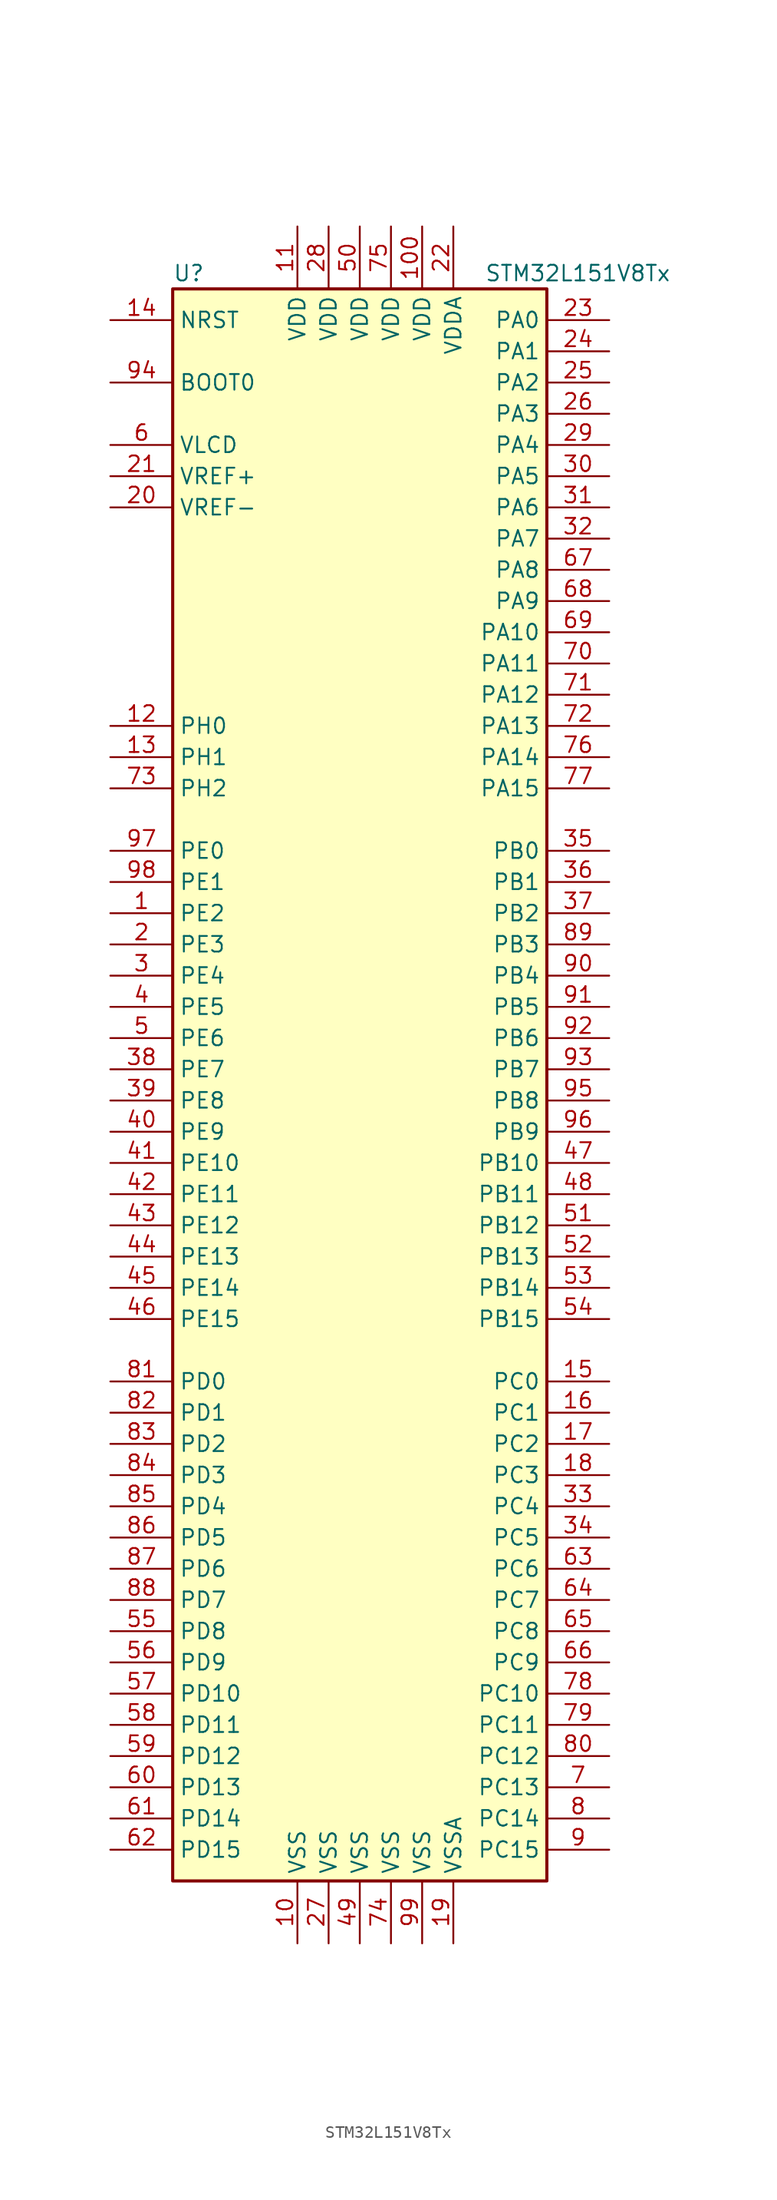
<source format=kicad_sym>
(kicad_symbol_lib
  (version 20211014)
  (generator kicad_symbol_editor)
  (symbol "STM32L151V8Tx"
    (property "Reference" "U"
      (at -15.24 64.77 0)
      (effects (font (size 1.27 1.27)) (justify left)))
    (property "Value" "STM32L151V8Tx"
      (at 10.16 64.77 0)
      (effects (font (size 1.27 1.27)) (justify left)))
    (symbol "STM32L151V8Tx_0_1"
      (rectangle (start -15.24 -66.04) (end 15.24 63.5) (stroke (width 0.254) (type default) (color 0 0 0 0)) (fill (type background))))
    (symbol "STM32L151V8Tx_1_1"
      (pin bidirectional line (at -20.32 12.7 0) (length 5.08) (name "PE2" (effects (font (size 1.27 1.27)))) (number "1" (effects (font (size 1.27 1.27)))))
      (pin power_in line (at -5.08 -71.12 90) (length 5.08) (name "VSS" (effects (font (size 1.27 1.27)))) (number "10" (effects (font (size 1.27 1.27)))))
      (pin power_in line (at 5.08 68.58 270) (length 5.08) (name "VDD" (effects (font (size 1.27 1.27)))) (number "100" (effects (font (size 1.27 1.27)))))
      (pin power_in line (at -5.08 68.58 270) (length 5.08) (name "VDD" (effects (font (size 1.27 1.27)))) (number "11" (effects (font (size 1.27 1.27)))))
      (pin input line (at -20.32 27.94 0) (length 5.08) (name "PH0" (effects (font (size 1.27 1.27)))) (number "12" (effects (font (size 1.27 1.27)))))
      (pin input line (at -20.32 25.4 0) (length 5.08) (name "PH1" (effects (font (size 1.27 1.27)))) (number "13" (effects (font (size 1.27 1.27)))))
      (pin input line (at -20.32 60.96 0) (length 5.08) (name "NRST" (effects (font (size 1.27 1.27)))) (number "14" (effects (font (size 1.27 1.27)))))
      (pin bidirectional line (at 20.32 -25.4 180) (length 5.08) (name "PC0" (effects (font (size 1.27 1.27)))) (number "15" (effects (font (size 1.27 1.27)))))
      (pin bidirectional line (at 20.32 -27.94 180) (length 5.08) (name "PC1" (effects (font (size 1.27 1.27)))) (number "16" (effects (font (size 1.27 1.27)))))
      (pin bidirectional line (at 20.32 -30.48 180) (length 5.08) (name "PC2" (effects (font (size 1.27 1.27)))) (number "17" (effects (font (size 1.27 1.27)))))
      (pin bidirectional line (at 20.32 -33.02 180) (length 5.08) (name "PC3" (effects (font (size 1.27 1.27)))) (number "18" (effects (font (size 1.27 1.27)))))
      (pin power_in line (at 7.62 -71.12 90) (length 5.08) (name "VSSA" (effects (font (size 1.27 1.27)))) (number "19" (effects (font (size 1.27 1.27)))))
      (pin bidirectional line (at -20.32 10.16 0) (length 5.08) (name "PE3" (effects (font (size 1.27 1.27)))) (number "2" (effects (font (size 1.27 1.27)))))
      (pin power_in line (at -20.32 45.72 0) (length 5.08) (name "VREF-" (effects (font (size 1.27 1.27)))) (number "20" (effects (font (size 1.27 1.27)))))
      (pin power_in line (at -20.32 48.26 0) (length 5.08) (name "VREF+" (effects (font (size 1.27 1.27)))) (number "21" (effects (font (size 1.27 1.27)))))
      (pin power_in line (at 7.62 68.58 270) (length 5.08) (name "VDDA" (effects (font (size 1.27 1.27)))) (number "22" (effects (font (size 1.27 1.27)))))
      (pin bidirectional line (at 20.32 60.96 180) (length 5.08) (name "PA0" (effects (font (size 1.27 1.27)))) (number "23" (effects (font (size 1.27 1.27)))))
      (pin bidirectional line (at 20.32 58.42 180) (length 5.08) (name "PA1" (effects (font (size 1.27 1.27)))) (number "24" (effects (font (size 1.27 1.27)))))
      (pin bidirectional line (at 20.32 55.88 180) (length 5.08) (name "PA2" (effects (font (size 1.27 1.27)))) (number "25" (effects (font (size 1.27 1.27)))))
      (pin bidirectional line (at 20.32 53.34 180) (length 5.08) (name "PA3" (effects (font (size 1.27 1.27)))) (number "26" (effects (font (size 1.27 1.27)))))
      (pin power_in line (at -2.54 -71.12 90) (length 5.08) (name "VSS" (effects (font (size 1.27 1.27)))) (number "27" (effects (font (size 1.27 1.27)))))
      (pin power_in line (at -2.54 68.58 270) (length 5.08) (name "VDD" (effects (font (size 1.27 1.27)))) (number "28" (effects (font (size 1.27 1.27)))))
      (pin bidirectional line (at 20.32 50.8 180) (length 5.08) (name "PA4" (effects (font (size 1.27 1.27)))) (number "29" (effects (font (size 1.27 1.27)))))
      (pin bidirectional line (at -20.32 7.62 0) (length 5.08) (name "PE4" (effects (font (size 1.27 1.27)))) (number "3" (effects (font (size 1.27 1.27)))))
      (pin bidirectional line (at 20.32 48.26 180) (length 5.08) (name "PA5" (effects (font (size 1.27 1.27)))) (number "30" (effects (font (size 1.27 1.27)))))
      (pin bidirectional line (at 20.32 45.72 180) (length 5.08) (name "PA6" (effects (font (size 1.27 1.27)))) (number "31" (effects (font (size 1.27 1.27)))))
      (pin bidirectional line (at 20.32 43.18 180) (length 5.08) (name "PA7" (effects (font (size 1.27 1.27)))) (number "32" (effects (font (size 1.27 1.27)))))
      (pin bidirectional line (at 20.32 -35.56 180) (length 5.08) (name "PC4" (effects (font (size 1.27 1.27)))) (number "33" (effects (font (size 1.27 1.27)))))
      (pin bidirectional line (at 20.32 -38.1 180) (length 5.08) (name "PC5" (effects (font (size 1.27 1.27)))) (number "34" (effects (font (size 1.27 1.27)))))
      (pin bidirectional line (at 20.32 17.78 180) (length 5.08) (name "PB0" (effects (font (size 1.27 1.27)))) (number "35" (effects (font (size 1.27 1.27)))))
      (pin bidirectional line (at 20.32 15.24 180) (length 5.08) (name "PB1" (effects (font (size 1.27 1.27)))) (number "36" (effects (font (size 1.27 1.27)))))
      (pin bidirectional line (at 20.32 12.7 180) (length 5.08) (name "PB2" (effects (font (size 1.27 1.27)))) (number "37" (effects (font (size 1.27 1.27)))))
      (pin bidirectional line (at -20.32 0 0) (length 5.08) (name "PE7" (effects (font (size 1.27 1.27)))) (number "38" (effects (font (size 1.27 1.27)))))
      (pin bidirectional line (at -20.32 -2.54 0) (length 5.08) (name "PE8" (effects (font (size 1.27 1.27)))) (number "39" (effects (font (size 1.27 1.27)))))
      (pin bidirectional line (at -20.32 5.08 0) (length 5.08) (name "PE5" (effects (font (size 1.27 1.27)))) (number "4" (effects (font (size 1.27 1.27)))))
      (pin bidirectional line (at -20.32 -5.08 0) (length 5.08) (name "PE9" (effects (font (size 1.27 1.27)))) (number "40" (effects (font (size 1.27 1.27)))))
      (pin bidirectional line (at -20.32 -7.62 0) (length 5.08) (name "PE10" (effects (font (size 1.27 1.27)))) (number "41" (effects (font (size 1.27 1.27)))))
      (pin bidirectional line (at -20.32 -10.16 0) (length 5.08) (name "PE11" (effects (font (size 1.27 1.27)))) (number "42" (effects (font (size 1.27 1.27)))))
      (pin bidirectional line (at -20.32 -12.7 0) (length 5.08) (name "PE12" (effects (font (size 1.27 1.27)))) (number "43" (effects (font (size 1.27 1.27)))))
      (pin bidirectional line (at -20.32 -15.24 0) (length 5.08) (name "PE13" (effects (font (size 1.27 1.27)))) (number "44" (effects (font (size 1.27 1.27)))))
      (pin bidirectional line (at -20.32 -17.78 0) (length 5.08) (name "PE14" (effects (font (size 1.27 1.27)))) (number "45" (effects (font (size 1.27 1.27)))))
      (pin bidirectional line (at -20.32 -20.32 0) (length 5.08) (name "PE15" (effects (font (size 1.27 1.27)))) (number "46" (effects (font (size 1.27 1.27)))))
      (pin bidirectional line (at 20.32 -7.62 180) (length 5.08) (name "PB10" (effects (font (size 1.27 1.27)))) (number "47" (effects (font (size 1.27 1.27)))))
      (pin bidirectional line (at 20.32 -10.16 180) (length 5.08) (name "PB11" (effects (font (size 1.27 1.27)))) (number "48" (effects (font (size 1.27 1.27)))))
      (pin power_in line (at 0 -71.12 90) (length 5.08) (name "VSS" (effects (font (size 1.27 1.27)))) (number "49" (effects (font (size 1.27 1.27)))))
      (pin bidirectional line (at -20.32 2.54 0) (length 5.08) (name "PE6" (effects (font (size 1.27 1.27)))) (number "5" (effects (font (size 1.27 1.27)))))
      (pin power_in line (at 0 68.58 270) (length 5.08) (name "VDD" (effects (font (size 1.27 1.27)))) (number "50" (effects (font (size 1.27 1.27)))))
      (pin bidirectional line (at 20.32 -12.7 180) (length 5.08) (name "PB12" (effects (font (size 1.27 1.27)))) (number "51" (effects (font (size 1.27 1.27)))))
      (pin bidirectional line (at 20.32 -15.24 180) (length 5.08) (name "PB13" (effects (font (size 1.27 1.27)))) (number "52" (effects (font (size 1.27 1.27)))))
      (pin bidirectional line (at 20.32 -17.78 180) (length 5.08) (name "PB14" (effects (font (size 1.27 1.27)))) (number "53" (effects (font (size 1.27 1.27)))))
      (pin bidirectional line (at 20.32 -20.32 180) (length 5.08) (name "PB15" (effects (font (size 1.27 1.27)))) (number "54" (effects (font (size 1.27 1.27)))))
      (pin bidirectional line (at -20.32 -45.72 0) (length 5.08) (name "PD8" (effects (font (size 1.27 1.27)))) (number "55" (effects (font (size 1.27 1.27)))))
      (pin bidirectional line (at -20.32 -48.26 0) (length 5.08) (name "PD9" (effects (font (size 1.27 1.27)))) (number "56" (effects (font (size 1.27 1.27)))))
      (pin bidirectional line (at -20.32 -50.8 0) (length 5.08) (name "PD10" (effects (font (size 1.27 1.27)))) (number "57" (effects (font (size 1.27 1.27)))))
      (pin bidirectional line (at -20.32 -53.34 0) (length 5.08) (name "PD11" (effects (font (size 1.27 1.27)))) (number "58" (effects (font (size 1.27 1.27)))))
      (pin bidirectional line (at -20.32 -55.88 0) (length 5.08) (name "PD12" (effects (font (size 1.27 1.27)))) (number "59" (effects (font (size 1.27 1.27)))))
      (pin power_in line (at -20.32 50.8 0) (length 5.08) (name "VLCD" (effects (font (size 1.27 1.27)))) (number "6" (effects (font (size 1.27 1.27)))))
      (pin bidirectional line (at -20.32 -58.42 0) (length 5.08) (name "PD13" (effects (font (size 1.27 1.27)))) (number "60" (effects (font (size 1.27 1.27)))))
      (pin bidirectional line (at -20.32 -60.96 0) (length 5.08) (name "PD14" (effects (font (size 1.27 1.27)))) (number "61" (effects (font (size 1.27 1.27)))))
      (pin bidirectional line (at -20.32 -63.5 0) (length 5.08) (name "PD15" (effects (font (size 1.27 1.27)))) (number "62" (effects (font (size 1.27 1.27)))))
      (pin bidirectional line (at 20.32 -40.64 180) (length 5.08) (name "PC6" (effects (font (size 1.27 1.27)))) (number "63" (effects (font (size 1.27 1.27)))))
      (pin bidirectional line (at 20.32 -43.18 180) (length 5.08) (name "PC7" (effects (font (size 1.27 1.27)))) (number "64" (effects (font (size 1.27 1.27)))))
      (pin bidirectional line (at 20.32 -45.72 180) (length 5.08) (name "PC8" (effects (font (size 1.27 1.27)))) (number "65" (effects (font (size 1.27 1.27)))))
      (pin bidirectional line (at 20.32 -48.26 180) (length 5.08) (name "PC9" (effects (font (size 1.27 1.27)))) (number "66" (effects (font (size 1.27 1.27)))))
      (pin bidirectional line (at 20.32 40.64 180) (length 5.08) (name "PA8" (effects (font (size 1.27 1.27)))) (number "67" (effects (font (size 1.27 1.27)))))
      (pin bidirectional line (at 20.32 38.1 180) (length 5.08) (name "PA9" (effects (font (size 1.27 1.27)))) (number "68" (effects (font (size 1.27 1.27)))))
      (pin bidirectional line (at 20.32 35.56 180) (length 5.08) (name "PA10" (effects (font (size 1.27 1.27)))) (number "69" (effects (font (size 1.27 1.27)))))
      (pin bidirectional line (at 20.32 -58.42 180) (length 5.08) (name "PC13" (effects (font (size 1.27 1.27)))) (number "7" (effects (font (size 1.27 1.27)))))
      (pin bidirectional line (at 20.32 33.02 180) (length 5.08) (name "PA11" (effects (font (size 1.27 1.27)))) (number "70" (effects (font (size 1.27 1.27)))))
      (pin bidirectional line (at 20.32 30.48 180) (length 5.08) (name "PA12" (effects (font (size 1.27 1.27)))) (number "71" (effects (font (size 1.27 1.27)))))
      (pin bidirectional line (at 20.32 27.94 180) (length 5.08) (name "PA13" (effects (font (size 1.27 1.27)))) (number "72" (effects (font (size 1.27 1.27)))))
      (pin bidirectional line (at -20.32 22.86 0) (length 5.08) (name "PH2" (effects (font (size 1.27 1.27)))) (number "73" (effects (font (size 1.27 1.27)))))
      (pin power_in line (at 2.54 -71.12 90) (length 5.08) (name "VSS" (effects (font (size 1.27 1.27)))) (number "74" (effects (font (size 1.27 1.27)))))
      (pin power_in line (at 2.54 68.58 270) (length 5.08) (name "VDD" (effects (font (size 1.27 1.27)))) (number "75" (effects (font (size 1.27 1.27)))))
      (pin bidirectional line (at 20.32 25.4 180) (length 5.08) (name "PA14" (effects (font (size 1.27 1.27)))) (number "76" (effects (font (size 1.27 1.27)))))
      (pin bidirectional line (at 20.32 22.86 180) (length 5.08) (name "PA15" (effects (font (size 1.27 1.27)))) (number "77" (effects (font (size 1.27 1.27)))))
      (pin bidirectional line (at 20.32 -50.8 180) (length 5.08) (name "PC10" (effects (font (size 1.27 1.27)))) (number "78" (effects (font (size 1.27 1.27)))))
      (pin bidirectional line (at 20.32 -53.34 180) (length 5.08) (name "PC11" (effects (font (size 1.27 1.27)))) (number "79" (effects (font (size 1.27 1.27)))))
      (pin bidirectional line (at 20.32 -60.96 180) (length 5.08) (name "PC14" (effects (font (size 1.27 1.27)))) (number "8" (effects (font (size 1.27 1.27)))))
      (pin bidirectional line (at 20.32 -55.88 180) (length 5.08) (name "PC12" (effects (font (size 1.27 1.27)))) (number "80" (effects (font (size 1.27 1.27)))))
      (pin bidirectional line (at -20.32 -25.4 0) (length 5.08) (name "PD0" (effects (font (size 1.27 1.27)))) (number "81" (effects (font (size 1.27 1.27)))))
      (pin bidirectional line (at -20.32 -27.94 0) (length 5.08) (name "PD1" (effects (font (size 1.27 1.27)))) (number "82" (effects (font (size 1.27 1.27)))))
      (pin bidirectional line (at -20.32 -30.48 0) (length 5.08) (name "PD2" (effects (font (size 1.27 1.27)))) (number "83" (effects (font (size 1.27 1.27)))))
      (pin bidirectional line (at -20.32 -33.02 0) (length 5.08) (name "PD3" (effects (font (size 1.27 1.27)))) (number "84" (effects (font (size 1.27 1.27)))))
      (pin bidirectional line (at -20.32 -35.56 0) (length 5.08) (name "PD4" (effects (font (size 1.27 1.27)))) (number "85" (effects (font (size 1.27 1.27)))))
      (pin bidirectional line (at -20.32 -38.1 0) (length 5.08) (name "PD5" (effects (font (size 1.27 1.27)))) (number "86" (effects (font (size 1.27 1.27)))))
      (pin bidirectional line (at -20.32 -40.64 0) (length 5.08) (name "PD6" (effects (font (size 1.27 1.27)))) (number "87" (effects (font (size 1.27 1.27)))))
      (pin bidirectional line (at -20.32 -43.18 0) (length 5.08) (name "PD7" (effects (font (size 1.27 1.27)))) (number "88" (effects (font (size 1.27 1.27)))))
      (pin bidirectional line (at 20.32 10.16 180) (length 5.08) (name "PB3" (effects (font (size 1.27 1.27)))) (number "89" (effects (font (size 1.27 1.27)))))
      (pin bidirectional line (at 20.32 -63.5 180) (length 5.08) (name "PC15" (effects (font (size 1.27 1.27)))) (number "9" (effects (font (size 1.27 1.27)))))
      (pin bidirectional line (at 20.32 7.62 180) (length 5.08) (name "PB4" (effects (font (size 1.27 1.27)))) (number "90" (effects (font (size 1.27 1.27)))))
      (pin bidirectional line (at 20.32 5.08 180) (length 5.08) (name "PB5" (effects (font (size 1.27 1.27)))) (number "91" (effects (font (size 1.27 1.27)))))
      (pin bidirectional line (at 20.32 2.54 180) (length 5.08) (name "PB6" (effects (font (size 1.27 1.27)))) (number "92" (effects (font (size 1.27 1.27)))))
      (pin bidirectional line (at 20.32 0 180) (length 5.08) (name "PB7" (effects (font (size 1.27 1.27)))) (number "93" (effects (font (size 1.27 1.27)))))
      (pin input line (at -20.32 55.88 0) (length 5.08) (name "BOOT0" (effects (font (size 1.27 1.27)))) (number "94" (effects (font (size 1.27 1.27)))))
      (pin bidirectional line (at 20.32 -2.54 180) (length 5.08) (name "PB8" (effects (font (size 1.27 1.27)))) (number "95" (effects (font (size 1.27 1.27)))))
      (pin bidirectional line (at 20.32 -5.08 180) (length 5.08) (name "PB9" (effects (font (size 1.27 1.27)))) (number "96" (effects (font (size 1.27 1.27)))))
      (pin bidirectional line (at -20.32 17.78 0) (length 5.08) (name "PE0" (effects (font (size 1.27 1.27)))) (number "97" (effects (font (size 1.27 1.27)))))
      (pin bidirectional line (at -20.32 15.24 0) (length 5.08) (name "PE1" (effects (font (size 1.27 1.27)))) (number "98" (effects (font (size 1.27 1.27)))))
      (pin power_in line (at 5.08 -71.12 90) (length 5.08) (name "VSS" (effects (font (size 1.27 1.27)))) (number "99" (effects (font (size 1.27 1.27))))))))
</source>
